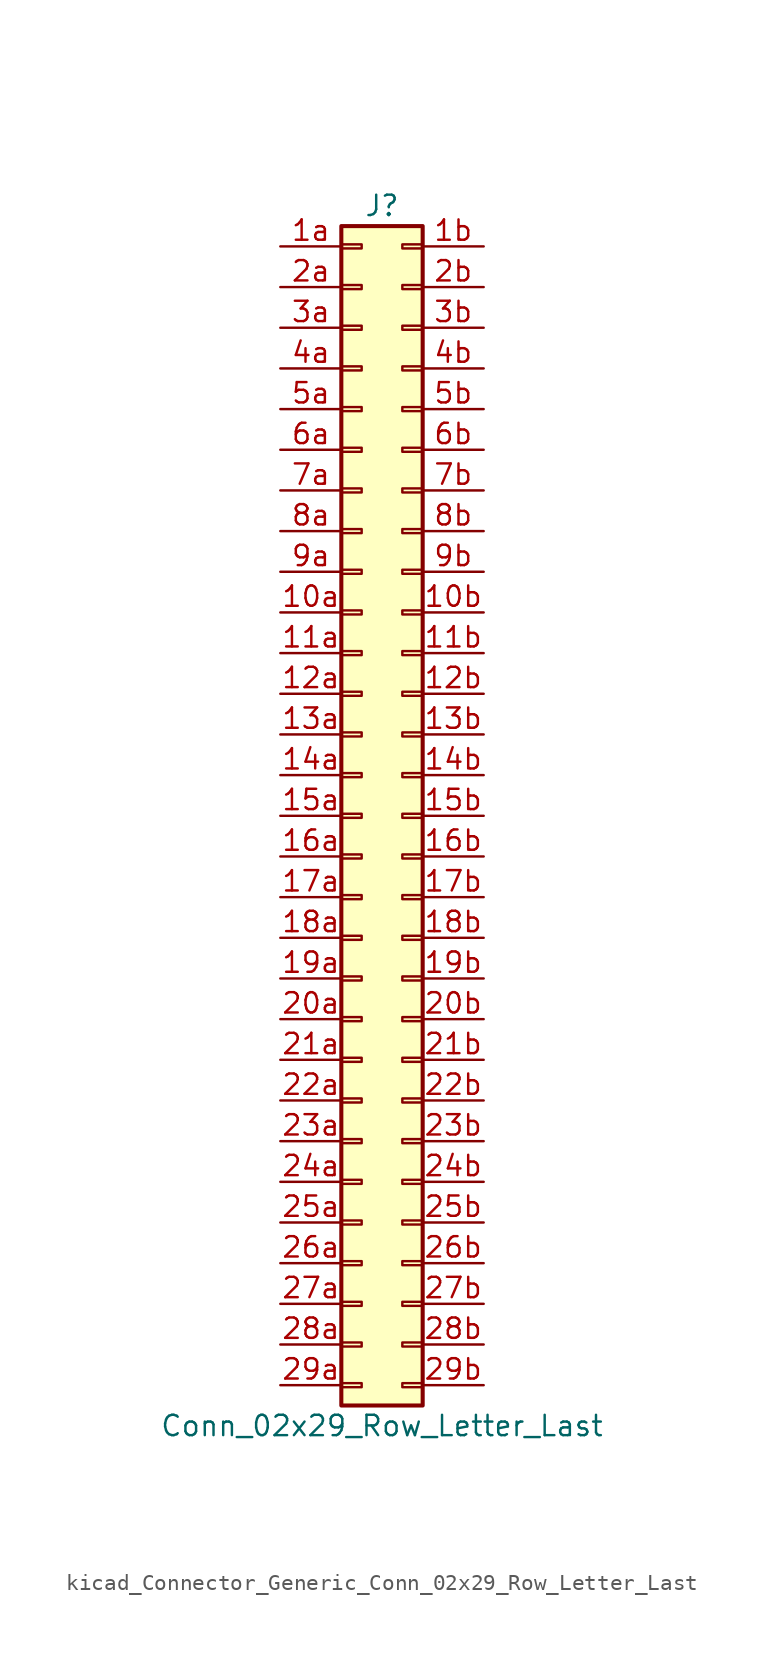
<source format=kicad_sym>
(kicad_symbol_lib
  (version 20220914)
  (generator kicad_symbol_editor)
  (symbol "kicad_Connector_Generic_Conn_02x29_Row_Letter_Last"
    (pin_names
      (offset 1.016) hide)
    (property "Reference" "J"
      (at 1.27 38.1 0)
      (effects (font (size 1.27 1.27))))
    (property "Value" "Conn_02x29_Row_Letter_Last"
      (at 1.27 -38.1 0)
      (effects (font (size 1.27 1.27))))
    (symbol "kicad_Connector_Generic_Conn_02x29_Row_Letter_Last_1_1"
      (rectangle (start -1.27 -35.433) (end 0 -35.687) (stroke (width 0.152) (type default)) (fill (type none)))
      (rectangle (start -1.27 -32.893) (end 0 -33.147) (stroke (width 0.152) (type default)) (fill (type none)))
      (rectangle (start -1.27 -30.353) (end 0 -30.607) (stroke (width 0.152) (type default)) (fill (type none)))
      (rectangle (start -1.27 -27.813) (end 0 -28.067) (stroke (width 0.152) (type default)) (fill (type none)))
      (rectangle (start -1.27 -25.273) (end 0 -25.527) (stroke (width 0.152) (type default)) (fill (type none)))
      (rectangle (start -1.27 -22.733) (end 0 -22.987) (stroke (width 0.152) (type default)) (fill (type none)))
      (rectangle (start -1.27 -20.193) (end 0 -20.447) (stroke (width 0.152) (type default)) (fill (type none)))
      (rectangle (start -1.27 -17.653) (end 0 -17.907) (stroke (width 0.152) (type default)) (fill (type none)))
      (rectangle (start -1.27 -15.113) (end 0 -15.367) (stroke (width 0.152) (type default)) (fill (type none)))
      (rectangle (start -1.27 -12.573) (end 0 -12.827) (stroke (width 0.152) (type default)) (fill (type none)))
      (rectangle (start -1.27 -10.033) (end 0 -10.287) (stroke (width 0.152) (type default)) (fill (type none)))
      (rectangle (start -1.27 -7.493) (end 0 -7.747) (stroke (width 0.152) (type default)) (fill (type none)))
      (rectangle (start -1.27 -4.953) (end 0 -5.207) (stroke (width 0.152) (type default)) (fill (type none)))
      (rectangle (start -1.27 -2.413) (end 0 -2.667) (stroke (width 0.152) (type default)) (fill (type none)))
      (rectangle (start -1.27 0.127) (end 0 -0.127) (stroke (width 0.152) (type default)) (fill (type none)))
      (rectangle (start -1.27 2.667) (end 0 2.413) (stroke (width 0.152) (type default)) (fill (type none)))
      (rectangle (start -1.27 5.207) (end 0 4.953) (stroke (width 0.152) (type default)) (fill (type none)))
      (rectangle (start -1.27 7.747) (end 0 7.493) (stroke (width 0.152) (type default)) (fill (type none)))
      (rectangle (start -1.27 10.287) (end 0 10.033) (stroke (width 0.152) (type default)) (fill (type none)))
      (rectangle (start -1.27 12.827) (end 0 12.573) (stroke (width 0.152) (type default)) (fill (type none)))
      (rectangle (start -1.27 15.367) (end 0 15.113) (stroke (width 0.152) (type default)) (fill (type none)))
      (rectangle (start -1.27 17.907) (end 0 17.653) (stroke (width 0.152) (type default)) (fill (type none)))
      (rectangle (start -1.27 20.447) (end 0 20.193) (stroke (width 0.152) (type default)) (fill (type none)))
      (rectangle (start -1.27 22.987) (end 0 22.733) (stroke (width 0.152) (type default)) (fill (type none)))
      (rectangle (start -1.27 25.527) (end 0 25.273) (stroke (width 0.152) (type default)) (fill (type none)))
      (rectangle (start -1.27 28.067) (end 0 27.813) (stroke (width 0.152) (type default)) (fill (type none)))
      (rectangle (start -1.27 30.607) (end 0 30.353) (stroke (width 0.152) (type default)) (fill (type none)))
      (rectangle (start -1.27 33.147) (end 0 32.893) (stroke (width 0.152) (type default)) (fill (type none)))
      (rectangle (start -1.27 35.687) (end 0 35.433) (stroke (width 0.152) (type default)) (fill (type none)))
      (rectangle (start -1.27 36.83) (end 3.81 -36.83) (stroke (width 0.254) (type default)) (fill (type background)))
      (rectangle (start 3.81 -35.433) (end 2.54 -35.687) (stroke (width 0.152) (type default)) (fill (type none)))
      (rectangle (start 3.81 -32.893) (end 2.54 -33.147) (stroke (width 0.152) (type default)) (fill (type none)))
      (rectangle (start 3.81 -30.353) (end 2.54 -30.607) (stroke (width 0.152) (type default)) (fill (type none)))
      (rectangle (start 3.81 -27.813) (end 2.54 -28.067) (stroke (width 0.152) (type default)) (fill (type none)))
      (rectangle (start 3.81 -25.273) (end 2.54 -25.527) (stroke (width 0.152) (type default)) (fill (type none)))
      (rectangle (start 3.81 -22.733) (end 2.54 -22.987) (stroke (width 0.152) (type default)) (fill (type none)))
      (rectangle (start 3.81 -20.193) (end 2.54 -20.447) (stroke (width 0.152) (type default)) (fill (type none)))
      (rectangle (start 3.81 -17.653) (end 2.54 -17.907) (stroke (width 0.152) (type default)) (fill (type none)))
      (rectangle (start 3.81 -15.113) (end 2.54 -15.367) (stroke (width 0.152) (type default)) (fill (type none)))
      (rectangle (start 3.81 -12.573) (end 2.54 -12.827) (stroke (width 0.152) (type default)) (fill (type none)))
      (rectangle (start 3.81 -10.033) (end 2.54 -10.287) (stroke (width 0.152) (type default)) (fill (type none)))
      (rectangle (start 3.81 -7.493) (end 2.54 -7.747) (stroke (width 0.152) (type default)) (fill (type none)))
      (rectangle (start 3.81 -4.953) (end 2.54 -5.207) (stroke (width 0.152) (type default)) (fill (type none)))
      (rectangle (start 3.81 -2.413) (end 2.54 -2.667) (stroke (width 0.152) (type default)) (fill (type none)))
      (rectangle (start 3.81 0.127) (end 2.54 -0.127) (stroke (width 0.152) (type default)) (fill (type none)))
      (rectangle (start 3.81 2.667) (end 2.54 2.413) (stroke (width 0.152) (type default)) (fill (type none)))
      (rectangle (start 3.81 5.207) (end 2.54 4.953) (stroke (width 0.152) (type default)) (fill (type none)))
      (rectangle (start 3.81 7.747) (end 2.54 7.493) (stroke (width 0.152) (type default)) (fill (type none)))
      (rectangle (start 3.81 10.287) (end 2.54 10.033) (stroke (width 0.152) (type default)) (fill (type none)))
      (rectangle (start 3.81 12.827) (end 2.54 12.573) (stroke (width 0.152) (type default)) (fill (type none)))
      (rectangle (start 3.81 15.367) (end 2.54 15.113) (stroke (width 0.152) (type default)) (fill (type none)))
      (rectangle (start 3.81 17.907) (end 2.54 17.653) (stroke (width 0.152) (type default)) (fill (type none)))
      (rectangle (start 3.81 20.447) (end 2.54 20.193) (stroke (width 0.152) (type default)) (fill (type none)))
      (rectangle (start 3.81 22.987) (end 2.54 22.733) (stroke (width 0.152) (type default)) (fill (type none)))
      (rectangle (start 3.81 25.527) (end 2.54 25.273) (stroke (width 0.152) (type default)) (fill (type none)))
      (rectangle (start 3.81 28.067) (end 2.54 27.813) (stroke (width 0.152) (type default)) (fill (type none)))
      (rectangle (start 3.81 30.607) (end 2.54 30.353) (stroke (width 0.152) (type default)) (fill (type none)))
      (rectangle (start 3.81 33.147) (end 2.54 32.893) (stroke (width 0.152) (type default)) (fill (type none)))
      (rectangle (start 3.81 35.687) (end 2.54 35.433) (stroke (width 0.152) (type default)) (fill (type none)))
      (pin passive line (at -5.08 12.7 0) (length 3.81) (name "Pin_10a" (effects (font (size 1.27 1.27)))) (number "10a" (effects (font (size 1.27 1.27)))))
      (pin passive line (at 7.62 12.7 180) (length 3.81) (name "Pin_10b" (effects (font (size 1.27 1.27)))) (number "10b" (effects (font (size 1.27 1.27)))))
      (pin passive line (at -5.08 10.16 0) (length 3.81) (name "Pin_11a" (effects (font (size 1.27 1.27)))) (number "11a" (effects (font (size 1.27 1.27)))))
      (pin passive line (at 7.62 10.16 180) (length 3.81) (name "Pin_11b" (effects (font (size 1.27 1.27)))) (number "11b" (effects (font (size 1.27 1.27)))))
      (pin passive line (at -5.08 7.62 0) (length 3.81) (name "Pin_12a" (effects (font (size 1.27 1.27)))) (number "12a" (effects (font (size 1.27 1.27)))))
      (pin passive line (at 7.62 7.62 180) (length 3.81) (name "Pin_12b" (effects (font (size 1.27 1.27)))) (number "12b" (effects (font (size 1.27 1.27)))))
      (pin passive line (at -5.08 5.08 0) (length 3.81) (name "Pin_13a" (effects (font (size 1.27 1.27)))) (number "13a" (effects (font (size 1.27 1.27)))))
      (pin passive line (at 7.62 5.08 180) (length 3.81) (name "Pin_13b" (effects (font (size 1.27 1.27)))) (number "13b" (effects (font (size 1.27 1.27)))))
      (pin passive line (at -5.08 2.54 0) (length 3.81) (name "Pin_14a" (effects (font (size 1.27 1.27)))) (number "14a" (effects (font (size 1.27 1.27)))))
      (pin passive line (at 7.62 2.54 180) (length 3.81) (name "Pin_14b" (effects (font (size 1.27 1.27)))) (number "14b" (effects (font (size 1.27 1.27)))))
      (pin passive line (at -5.08 0 0) (length 3.81) (name "Pin_15a" (effects (font (size 1.27 1.27)))) (number "15a" (effects (font (size 1.27 1.27)))))
      (pin passive line (at 7.62 0 180) (length 3.81) (name "Pin_15b" (effects (font (size 1.27 1.27)))) (number "15b" (effects (font (size 1.27 1.27)))))
      (pin passive line (at -5.08 -2.54 0) (length 3.81) (name "Pin_16a" (effects (font (size 1.27 1.27)))) (number "16a" (effects (font (size 1.27 1.27)))))
      (pin passive line (at 7.62 -2.54 180) (length 3.81) (name "Pin_16b" (effects (font (size 1.27 1.27)))) (number "16b" (effects (font (size 1.27 1.27)))))
      (pin passive line (at -5.08 -5.08 0) (length 3.81) (name "Pin_17a" (effects (font (size 1.27 1.27)))) (number "17a" (effects (font (size 1.27 1.27)))))
      (pin passive line (at 7.62 -5.08 180) (length 3.81) (name "Pin_17b" (effects (font (size 1.27 1.27)))) (number "17b" (effects (font (size 1.27 1.27)))))
      (pin passive line (at -5.08 -7.62 0) (length 3.81) (name "Pin_18a" (effects (font (size 1.27 1.27)))) (number "18a" (effects (font (size 1.27 1.27)))))
      (pin passive line (at 7.62 -7.62 180) (length 3.81) (name "Pin_18b" (effects (font (size 1.27 1.27)))) (number "18b" (effects (font (size 1.27 1.27)))))
      (pin passive line (at -5.08 -10.16 0) (length 3.81) (name "Pin_19a" (effects (font (size 1.27 1.27)))) (number "19a" (effects (font (size 1.27 1.27)))))
      (pin passive line (at 7.62 -10.16 180) (length 3.81) (name "Pin_19b" (effects (font (size 1.27 1.27)))) (number "19b" (effects (font (size 1.27 1.27)))))
      (pin passive line (at -5.08 35.56 0) (length 3.81) (name "Pin_1a" (effects (font (size 1.27 1.27)))) (number "1a" (effects (font (size 1.27 1.27)))))
      (pin passive line (at 7.62 35.56 180) (length 3.81) (name "Pin_1b" (effects (font (size 1.27 1.27)))) (number "1b" (effects (font (size 1.27 1.27)))))
      (pin passive line (at -5.08 -12.7 0) (length 3.81) (name "Pin_20a" (effects (font (size 1.27 1.27)))) (number "20a" (effects (font (size 1.27 1.27)))))
      (pin passive line (at 7.62 -12.7 180) (length 3.81) (name "Pin_20b" (effects (font (size 1.27 1.27)))) (number "20b" (effects (font (size 1.27 1.27)))))
      (pin passive line (at -5.08 -15.24 0) (length 3.81) (name "Pin_21a" (effects (font (size 1.27 1.27)))) (number "21a" (effects (font (size 1.27 1.27)))))
      (pin passive line (at 7.62 -15.24 180) (length 3.81) (name "Pin_21b" (effects (font (size 1.27 1.27)))) (number "21b" (effects (font (size 1.27 1.27)))))
      (pin passive line (at -5.08 -17.78 0) (length 3.81) (name "Pin_22a" (effects (font (size 1.27 1.27)))) (number "22a" (effects (font (size 1.27 1.27)))))
      (pin passive line (at 7.62 -17.78 180) (length 3.81) (name "Pin_22b" (effects (font (size 1.27 1.27)))) (number "22b" (effects (font (size 1.27 1.27)))))
      (pin passive line (at -5.08 -20.32 0) (length 3.81) (name "Pin_23a" (effects (font (size 1.27 1.27)))) (number "23a" (effects (font (size 1.27 1.27)))))
      (pin passive line (at 7.62 -20.32 180) (length 3.81) (name "Pin_23b" (effects (font (size 1.27 1.27)))) (number "23b" (effects (font (size 1.27 1.27)))))
      (pin passive line (at -5.08 -22.86 0) (length 3.81) (name "Pin_24a" (effects (font (size 1.27 1.27)))) (number "24a" (effects (font (size 1.27 1.27)))))
      (pin passive line (at 7.62 -22.86 180) (length 3.81) (name "Pin_24b" (effects (font (size 1.27 1.27)))) (number "24b" (effects (font (size 1.27 1.27)))))
      (pin passive line (at -5.08 -25.4 0) (length 3.81) (name "Pin_25a" (effects (font (size 1.27 1.27)))) (number "25a" (effects (font (size 1.27 1.27)))))
      (pin passive line (at 7.62 -25.4 180) (length 3.81) (name "Pin_25b" (effects (font (size 1.27 1.27)))) (number "25b" (effects (font (size 1.27 1.27)))))
      (pin passive line (at -5.08 -27.94 0) (length 3.81) (name "Pin_26a" (effects (font (size 1.27 1.27)))) (number "26a" (effects (font (size 1.27 1.27)))))
      (pin passive line (at 7.62 -27.94 180) (length 3.81) (name "Pin_26b" (effects (font (size 1.27 1.27)))) (number "26b" (effects (font (size 1.27 1.27)))))
      (pin passive line (at -5.08 -30.48 0) (length 3.81) (name "Pin_27a" (effects (font (size 1.27 1.27)))) (number "27a" (effects (font (size 1.27 1.27)))))
      (pin passive line (at 7.62 -30.48 180) (length 3.81) (name "Pin_27b" (effects (font (size 1.27 1.27)))) (number "27b" (effects (font (size 1.27 1.27)))))
      (pin passive line (at -5.08 -33.02 0) (length 3.81) (name "Pin_28a" (effects (font (size 1.27 1.27)))) (number "28a" (effects (font (size 1.27 1.27)))))
      (pin passive line (at 7.62 -33.02 180) (length 3.81) (name "Pin_28b" (effects (font (size 1.27 1.27)))) (number "28b" (effects (font (size 1.27 1.27)))))
      (pin passive line (at -5.08 -35.56 0) (length 3.81) (name "Pin_29a" (effects (font (size 1.27 1.27)))) (number "29a" (effects (font (size 1.27 1.27)))))
      (pin passive line (at 7.62 -35.56 180) (length 3.81) (name "Pin_29b" (effects (font (size 1.27 1.27)))) (number "29b" (effects (font (size 1.27 1.27)))))
      (pin passive line (at -5.08 33.02 0) (length 3.81) (name "Pin_2a" (effects (font (size 1.27 1.27)))) (number "2a" (effects (font (size 1.27 1.27)))))
      (pin passive line (at 7.62 33.02 180) (length 3.81) (name "Pin_2b" (effects (font (size 1.27 1.27)))) (number "2b" (effects (font (size 1.27 1.27)))))
      (pin passive line (at -5.08 30.48 0) (length 3.81) (name "Pin_3a" (effects (font (size 1.27 1.27)))) (number "3a" (effects (font (size 1.27 1.27)))))
      (pin passive line (at 7.62 30.48 180) (length 3.81) (name "Pin_3b" (effects (font (size 1.27 1.27)))) (number "3b" (effects (font (size 1.27 1.27)))))
      (pin passive line (at -5.08 27.94 0) (length 3.81) (name "Pin_4a" (effects (font (size 1.27 1.27)))) (number "4a" (effects (font (size 1.27 1.27)))))
      (pin passive line (at 7.62 27.94 180) (length 3.81) (name "Pin_4b" (effects (font (size 1.27 1.27)))) (number "4b" (effects (font (size 1.27 1.27)))))
      (pin passive line (at -5.08 25.4 0) (length 3.81) (name "Pin_5a" (effects (font (size 1.27 1.27)))) (number "5a" (effects (font (size 1.27 1.27)))))
      (pin passive line (at 7.62 25.4 180) (length 3.81) (name "Pin_5b" (effects (font (size 1.27 1.27)))) (number "5b" (effects (font (size 1.27 1.27)))))
      (pin passive line (at -5.08 22.86 0) (length 3.81) (name "Pin_6a" (effects (font (size 1.27 1.27)))) (number "6a" (effects (font (size 1.27 1.27)))))
      (pin passive line (at 7.62 22.86 180) (length 3.81) (name "Pin_6b" (effects (font (size 1.27 1.27)))) (number "6b" (effects (font (size 1.27 1.27)))))
      (pin passive line (at -5.08 20.32 0) (length 3.81) (name "Pin_7a" (effects (font (size 1.27 1.27)))) (number "7a" (effects (font (size 1.27 1.27)))))
      (pin passive line (at 7.62 20.32 180) (length 3.81) (name "Pin_7b" (effects (font (size 1.27 1.27)))) (number "7b" (effects (font (size 1.27 1.27)))))
      (pin passive line (at -5.08 17.78 0) (length 3.81) (name "Pin_8a" (effects (font (size 1.27 1.27)))) (number "8a" (effects (font (size 1.27 1.27)))))
      (pin passive line (at 7.62 17.78 180) (length 3.81) (name "Pin_8b" (effects (font (size 1.27 1.27)))) (number "8b" (effects (font (size 1.27 1.27)))))
      (pin passive line (at -5.08 15.24 0) (length 3.81) (name "Pin_9a" (effects (font (size 1.27 1.27)))) (number "9a" (effects (font (size 1.27 1.27)))))
      (pin passive line (at 7.62 15.24 180) (length 3.81) (name "Pin_9b" (effects (font (size 1.27 1.27)))) (number "9b" (effects (font (size 1.27 1.27))))))))
</source>
